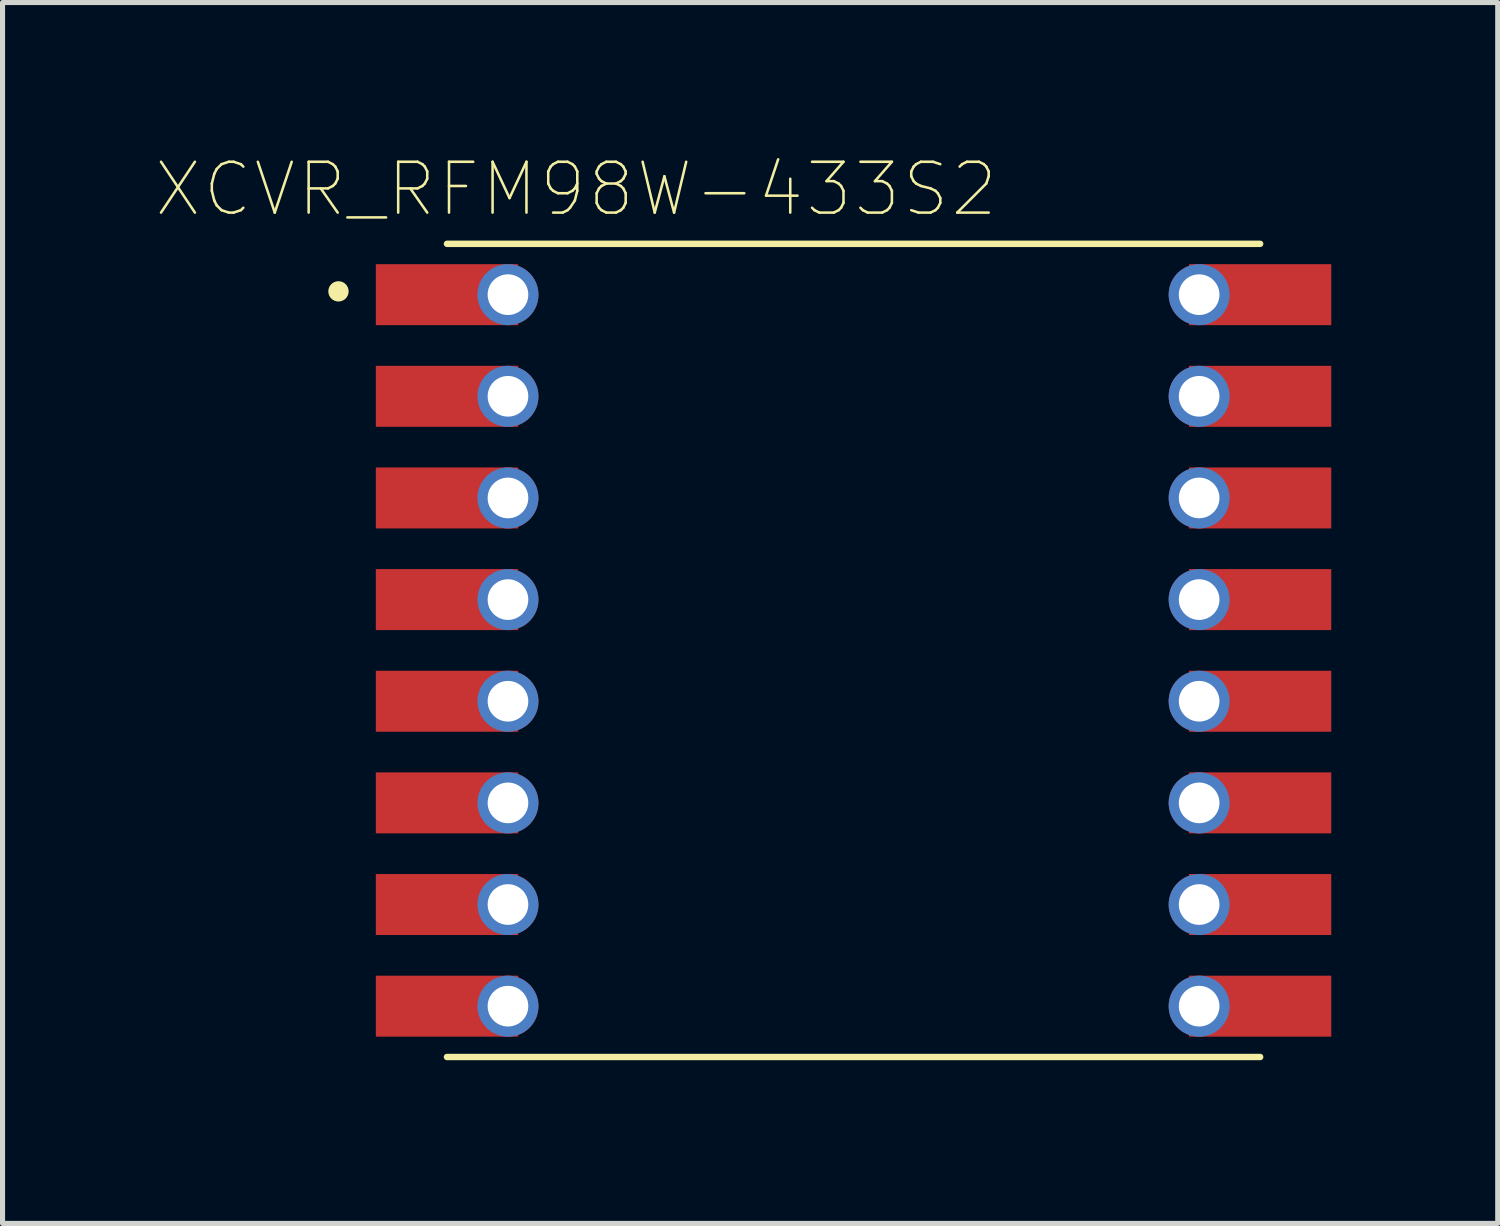
<source format=kicad_pcb>
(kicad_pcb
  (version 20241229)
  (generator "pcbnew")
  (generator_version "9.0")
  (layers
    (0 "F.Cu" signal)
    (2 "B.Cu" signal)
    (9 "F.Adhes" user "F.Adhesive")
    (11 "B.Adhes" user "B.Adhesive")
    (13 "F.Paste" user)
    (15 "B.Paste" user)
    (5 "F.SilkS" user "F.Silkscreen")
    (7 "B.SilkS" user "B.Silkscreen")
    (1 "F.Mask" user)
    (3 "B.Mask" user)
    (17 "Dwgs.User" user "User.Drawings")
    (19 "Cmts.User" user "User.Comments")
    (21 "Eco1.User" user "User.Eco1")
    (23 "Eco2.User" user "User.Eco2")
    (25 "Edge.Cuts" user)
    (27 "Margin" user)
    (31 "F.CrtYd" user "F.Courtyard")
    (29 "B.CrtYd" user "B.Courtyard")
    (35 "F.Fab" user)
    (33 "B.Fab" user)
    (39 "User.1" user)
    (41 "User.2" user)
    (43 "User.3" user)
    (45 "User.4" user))
  (footprint "XCVR_RFM98W-433S2"
    (layer "F.Cu")
    (at 13.745 9.748)
    (property "Reference" "XCVR_RFM98W-433S2" (at -5.46 -9.075 0) (layer "F.SilkS") (effects (font (size 1 1) (thickness 0.05))))
    (attr smd)
    (fp_line (start -8 -8) (end 8 -8) (stroke (width 0.127) (type solid)) (layer "F.SilkS"))
    (fp_line (start 8 8) (end -8 8) (stroke (width 0.127) (type solid)) (layer "F.SilkS"))
    (fp_circle (center -10.135 -7.065) (end -10.035 -7.065) (stroke (width 0.2) (type solid)) (fill no) (layer "F.SilkS"))
    (fp_line (start -9.65 -8.25) (end 9.65 -8.25) (stroke (width 0.05) (type solid)) (layer "Eco1.User"))
    (fp_line (start -9.65 8.25) (end -9.65 -8.25) (stroke (width 0.05) (type solid)) (layer "Eco1.User"))
    (fp_line (start 9.65 -8.25) (end 9.65 8.25) (stroke (width 0.05) (type solid)) (layer "Eco1.User"))
    (fp_line (start 9.65 8.25) (end -9.65 8.25) (stroke (width 0.05) (type solid)) (layer "Eco1.User"))
    (fp_line (start -8 -8) (end 8 -8) (stroke (width 0.127) (type solid)) (layer "Eco2.User"))
    (fp_line (start -8 8) (end -8 -8) (stroke (width 0.127) (type solid)) (layer "Eco2.User"))
    (fp_line (start 8 -8) (end 8 8) (stroke (width 0.127) (type solid)) (layer "Eco2.User"))
    (fp_line (start 8 8) (end -8 8) (stroke (width 0.127) (type solid)) (layer "Eco2.User"))
    (fp_circle (center -10.135 -7.065) (end -10.035 -7.065) (stroke (width 0.2) (type solid)) (fill no) (layer "Eco2.User"))
    (pad "1" smd rect (at -8 -7) (size 2.8 1.2) (layers "F.Cu" "F.Mask" "F.Paste"))
    (pad "1_1" thru_hole circle (at -6.8 -7) (size 1.2 1.2) (drill 0.8) (layers "*.Cu" "*.Mask"))
    (pad "2" smd rect (at -8 -5) (size 2.8 1.2) (layers "F.Cu" "F.Mask" "F.Paste"))
    (pad "2_1" thru_hole circle (at -6.8 -5) (size 1.2 1.2) (drill 0.8) (layers "*.Cu" "*.Mask"))
    (pad "3" smd rect (at -8 -3) (size 2.8 1.2) (layers "F.Cu" "F.Mask" "F.Paste"))
    (pad "3_1" thru_hole circle (at -6.8 -3) (size 1.2 1.2) (drill 0.8) (layers "*.Cu" "*.Mask"))
    (pad "4" smd rect (at -8 -1) (size 2.8 1.2) (layers "F.Cu" "F.Mask" "F.Paste"))
    (pad "4_1" thru_hole circle (at -6.8 -1) (size 1.2 1.2) (drill 0.8) (layers "*.Cu" "*.Mask"))
    (pad "5" smd rect (at -8 1) (size 2.8 1.2) (layers "F.Cu" "F.Mask" "F.Paste"))
    (pad "5_1" thru_hole circle (at -6.8 1) (size 1.2 1.2) (drill 0.8) (layers "*.Cu" "*.Mask"))
    (pad "6" smd rect (at -8 3) (size 2.8 1.2) (layers "F.Cu" "F.Mask" "F.Paste"))
    (pad "6_1" thru_hole circle (at -6.8 3) (size 1.2 1.2) (drill 0.8) (layers "*.Cu" "*.Mask"))
    (pad "7" smd rect (at -8 5) (size 2.8 1.2) (layers "F.Cu" "F.Mask" "F.Paste"))
    (pad "7_1" thru_hole circle (at -6.8 5) (size 1.2 1.2) (drill 0.8) (layers "*.Cu" "*.Mask"))
    (pad "8" smd rect (at -8 7) (size 2.8 1.2) (layers "F.Cu" "F.Mask" "F.Paste"))
    (pad "8_1" thru_hole circle (at -6.8 7) (size 1.2 1.2) (drill 0.8) (layers "*.Cu" "*.Mask"))
    (pad "9" smd rect (at 8 7) (size 2.8 1.2) (layers "F.Cu" "F.Mask" "F.Paste"))
    (pad "9_1" thru_hole circle (at 6.8 7) (size 1.2 1.2) (drill 0.8) (layers "*.Cu" "*.Mask"))
    (pad "10" smd rect (at 8 5) (size 2.8 1.2) (layers "F.Cu" "F.Mask" "F.Paste"))
    (pad "10_1" thru_hole circle (at 6.8 5) (size 1.2 1.2) (drill 0.8) (layers "*.Cu" "*.Mask"))
    (pad "11" smd rect (at 8 3) (size 2.8 1.2) (layers "F.Cu" "F.Mask" "F.Paste"))
    (pad "11_1" thru_hole circle (at 6.8 3) (size 1.2 1.2) (drill 0.8) (layers "*.Cu" "*.Mask"))
    (pad "12" smd rect (at 8 1) (size 2.8 1.2) (layers "F.Cu" "F.Mask" "F.Paste"))
    (pad "12_1" thru_hole circle (at 6.8 1) (size 1.2 1.2) (drill 0.8) (layers "*.Cu" "*.Mask"))
    (pad "13" smd rect (at 8 -1) (size 2.8 1.2) (layers "F.Cu" "F.Mask" "F.Paste"))
    (pad "13_1" thru_hole circle (at 6.8 -1) (size 1.2 1.2) (drill 0.8) (layers "*.Cu" "*.Mask"))
    (pad "14" smd rect (at 8 -3) (size 2.8 1.2) (layers "F.Cu" "F.Mask" "F.Paste"))
    (pad "14_1" thru_hole circle (at 6.8 -3) (size 1.2 1.2) (drill 0.8) (layers "*.Cu" "*.Mask"))
    (pad "15" smd rect (at 8 -5) (size 2.8 1.2) (layers "F.Cu" "F.Mask" "F.Paste"))
    (pad "15_1" thru_hole circle (at 6.8 -5) (size 1.2 1.2) (drill 0.8) (layers "*.Cu" "*.Mask"))
    (pad "16" smd rect (at 8 -7) (size 2.8 1.2) (layers "F.Cu" "F.Mask" "F.Paste"))
    (pad "16_1" thru_hole circle (at 6.8 -7) (size 1.2 1.2) (drill 0.8) (layers "*.Cu" "*.Mask")))
  (gr_rect
    (start -3 -3)
    (end 26.42 21.023)
    (stroke (width 0.1) (type default))
    (fill no)
    (layer "Edge.Cuts")))
</source>
